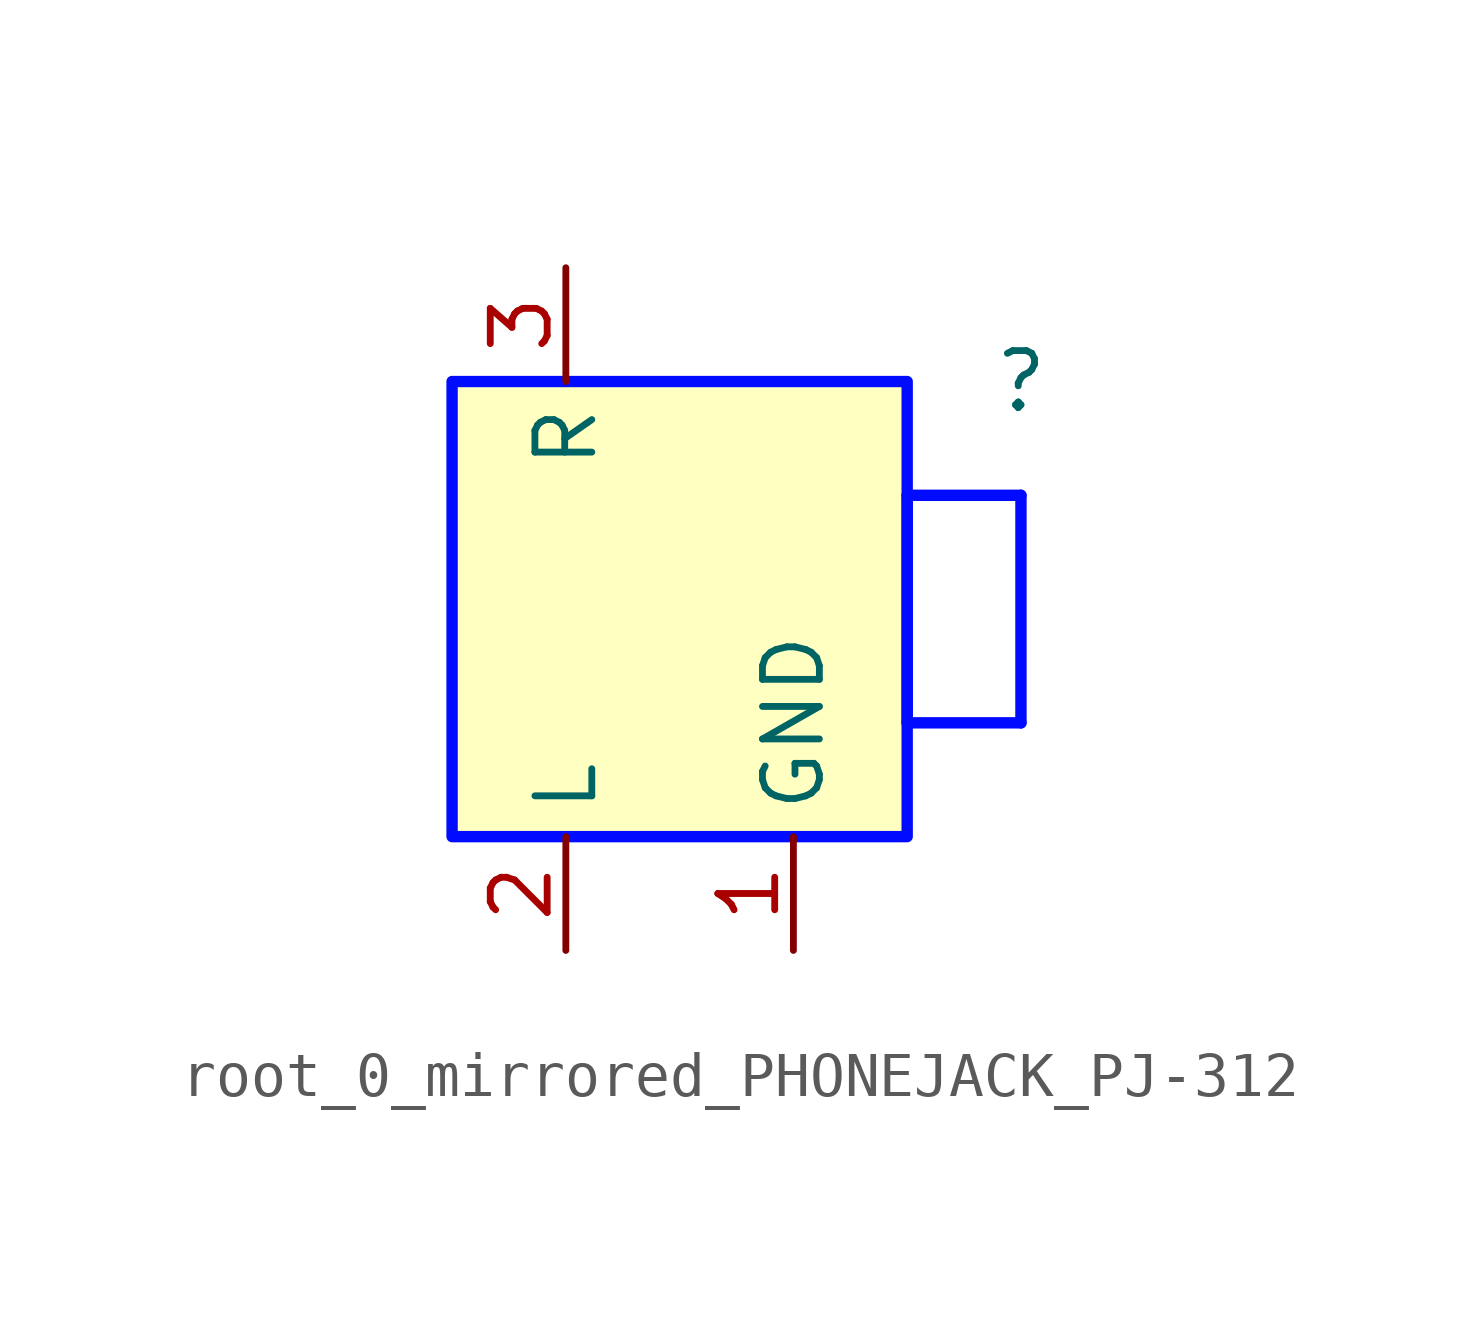
<source format=kicad_sym>
(kicad_symbol_lib
  (version 20231120)
  (generator "kicad_symbol_editor")
  (generator_version "8.0")
  (symbol "root_0_mirrored_PHONEJACK_PJ-312"
    (property "Reference" ""
      (at 0 0 0)
      (effects (font (size 1.27 1.27))))
    (property "Value" ""
      (at 0 0 0)
      (effects (font (size 1.27 1.27))))
    (symbol "root_0_mirrored_PHONEJACK_PJ-312_1_0"
      (rectangle (start -2.54 0) (end -12.7 -10.16) (stroke (width 0.254) (type solid) (color 0 11 255 1)) (fill (type background)))
      (polyline (pts (xy -2.54 -7.62) (xy 0 -7.62)) (stroke (width 0.254) (type solid) (color 0 11 255 1)) (fill (type none)))
      (polyline (pts (xy -2.54 -2.54) (xy -2.54 -7.62)) (stroke (width 0.254) (type solid) (color 0 11 255 1)) (fill (type none)))
      (polyline (pts (xy 0 -2.54) (xy -2.54 -2.54)) (stroke (width 0.254) (type solid) (color 0 11 255 1)) (fill (type none)))
      (polyline (pts (xy 0 -2.54) (xy 0 -7.62)) (stroke (width 0.254) (type solid) (color 0 11 255 1)) (fill (type none)))
      (pin passive line (at -5.08 -12.7 90) (length 2.54) (name "GND" (effects (font (size 1.27 1.27)))) (number "1" (effects (font (size 1.27 1.27)))))
      (pin passive line (at -10.16 -12.7 90) (length 2.54) (name "L" (effects (font (size 1.27 1.27)))) (number "2" (effects (font (size 1.27 1.27)))))
      (pin passive line (at -10.16 2.54 270) (length 2.54) (name "R" (effects (font (size 1.27 1.27)))) (number "3" (effects (font (size 1.27 1.27))))))))
</source>
